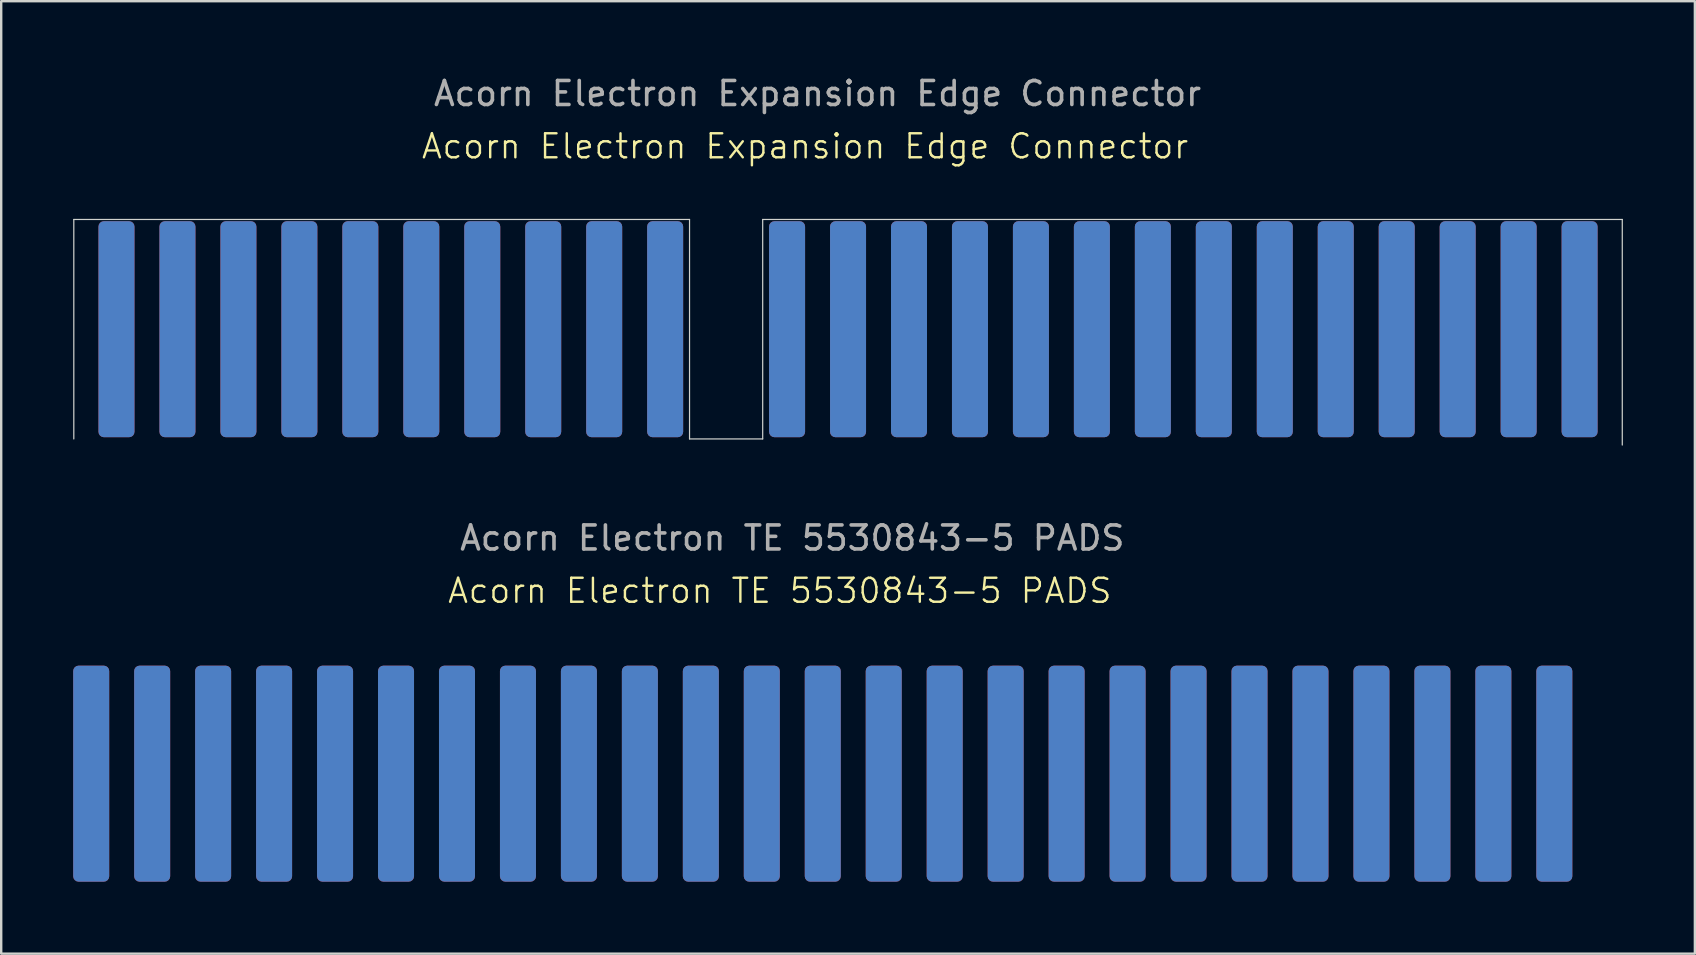
<source format=kicad_pcb>
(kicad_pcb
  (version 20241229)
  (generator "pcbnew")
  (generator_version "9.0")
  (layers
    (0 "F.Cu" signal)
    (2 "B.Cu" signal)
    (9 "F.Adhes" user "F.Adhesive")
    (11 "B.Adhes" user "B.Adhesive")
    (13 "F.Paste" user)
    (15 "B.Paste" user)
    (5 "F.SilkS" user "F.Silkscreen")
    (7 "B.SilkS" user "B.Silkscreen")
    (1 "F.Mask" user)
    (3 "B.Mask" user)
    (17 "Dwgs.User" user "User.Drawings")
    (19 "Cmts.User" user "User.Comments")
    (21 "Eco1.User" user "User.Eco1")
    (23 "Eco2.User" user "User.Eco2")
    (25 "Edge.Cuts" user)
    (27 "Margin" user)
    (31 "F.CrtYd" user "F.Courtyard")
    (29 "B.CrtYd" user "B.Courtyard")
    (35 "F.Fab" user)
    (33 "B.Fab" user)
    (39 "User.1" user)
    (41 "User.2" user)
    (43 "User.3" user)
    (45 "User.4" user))
  (footprint "Acorn Electron Expansion Edge Connector"
    (layer "F.Cu")
    (at 31.013 6.348)
    (property "Reference" "Acorn Electron Expansion Edge Connector" (at -0.52 -3.302 0) (unlocked yes) (layer "F.SilkS") (effects (font (size 1 1) (thickness 0.1))))
    (attr smd)
    (fp_line (start -30.988 -0.254) (end -5.334 -0.254) (stroke (width 0.05) (type default)) (layer "Edge.Cuts"))
    (fp_line (start -30.988 8.89) (end -30.988 -0.254) (stroke (width 0.05) (type default)) (layer "Edge.Cuts"))
    (fp_line (start -5.334 -0.254) (end -5.334 8.89) (stroke (width 0.05) (type default)) (layer "Edge.Cuts"))
    (fp_line (start -5.334 8.89) (end -2.286 8.89) (stroke (width 0.05) (type default)) (layer "Edge.Cuts"))
    (fp_line (start -2.286 -0.254) (end 33.528 -0.254) (stroke (width 0.05) (type default)) (layer "Edge.Cuts"))
    (fp_line (start -2.286 8.89) (end -2.286 -0.254) (stroke (width 0.05) (type default)) (layer "Edge.Cuts"))
    (fp_line (start 33.528 -0.254) (end 33.528 9.144) (stroke (width 0.05) (type default)) (layer "Edge.Cuts"))
    (fp_text user "${REFERENCE}" (at 0 -5.5 0) (unlocked yes) (layer "F.Fab") (effects (font (size 1 1) (thickness 0.15))))
    (pad "1" connect roundrect (at 31.75 4.318 270) (size 9 1.5) (layers "F.Cu" "F.Mask") (roundrect_rratio 0.15))
    (pad "2" connect roundrect (at 31.75 4.318 90) (size 9 1.5) (layers "B.Cu" "B.Mask") (roundrect_rratio 0.15))
    (pad "3" connect roundrect (at 29.21 4.318 270) (size 9 1.5) (layers "F.Cu" "F.Mask") (roundrect_rratio 0.15))
    (pad "4" connect roundrect (at 29.21 4.318 90) (size 9 1.5) (layers "B.Cu" "B.Mask") (roundrect_rratio 0.15))
    (pad "5" connect roundrect (at 26.67 4.318 270) (size 9 1.5) (layers "F.Cu" "F.Mask") (roundrect_rratio 0.15))
    (pad "6" connect roundrect (at 26.67 4.318 90) (size 9 1.5) (layers "B.Cu" "B.Mask") (roundrect_rratio 0.15))
    (pad "7" connect roundrect (at 24.13 4.318 270) (size 9 1.5) (layers "F.Cu" "F.Mask") (roundrect_rratio 0.15))
    (pad "8" connect roundrect (at 24.13 4.318 90) (size 9 1.5) (layers "B.Cu" "B.Mask") (roundrect_rratio 0.15))
    (pad "9" connect roundrect (at 21.59 4.318 270) (size 9 1.5) (layers "F.Cu" "F.Mask") (roundrect_rratio 0.15))
    (pad "10" connect roundrect (at 21.59 4.318 90) (size 9 1.5) (layers "B.Cu" "B.Mask") (roundrect_rratio 0.15))
    (pad "11" connect roundrect (at 19.05 4.318 270) (size 9 1.5) (layers "F.Cu" "F.Mask") (roundrect_rratio 0.15))
    (pad "12" connect roundrect (at 19.05 4.318 90) (size 9 1.5) (layers "B.Cu" "B.Mask") (roundrect_rratio 0.15))
    (pad "13" connect roundrect (at 16.51 4.318 270) (size 9 1.5) (layers "F.Cu" "F.Mask") (roundrect_rratio 0.15))
    (pad "14" connect roundrect (at 16.51 4.318 90) (size 9 1.5) (layers "B.Cu" "B.Mask") (roundrect_rratio 0.15))
    (pad "15" connect roundrect (at 13.97 4.318 270) (size 9 1.5) (layers "F.Cu" "F.Mask") (roundrect_rratio 0.15))
    (pad "16" connect roundrect (at 13.97 4.318 90) (size 9 1.5) (layers "B.Cu" "B.Mask") (roundrect_rratio 0.15))
    (pad "17" connect roundrect (at 11.43 4.318 270) (size 9 1.5) (layers "F.Cu" "F.Mask") (roundrect_rratio 0.15))
    (pad "18" connect roundrect (at 11.43 4.318 90) (size 9 1.5) (layers "B.Cu" "B.Mask") (roundrect_rratio 0.15))
    (pad "19" connect roundrect (at 8.89 4.318 270) (size 9 1.5) (layers "F.Cu" "F.Mask") (roundrect_rratio 0.15))
    (pad "20" connect roundrect (at 8.89 4.318 90) (size 9 1.5) (layers "B.Cu" "B.Mask") (roundrect_rratio 0.15))
    (pad "21" connect roundrect (at 6.35 4.318 270) (size 9 1.5) (layers "F.Cu" "F.Mask") (roundrect_rratio 0.15))
    (pad "22" connect roundrect (at 6.35 4.318 90) (size 9 1.5) (layers "B.Cu" "B.Mask") (roundrect_rratio 0.15))
    (pad "23" connect roundrect (at 3.81 4.318 270) (size 9 1.5) (layers "F.Cu" "F.Mask") (roundrect_rratio 0.15))
    (pad "24" connect roundrect (at 3.81 4.318 90) (size 9 1.5) (layers "B.Cu" "B.Mask") (roundrect_rratio 0.15))
    (pad "25" connect roundrect (at 1.27 4.318 270) (size 9 1.5) (layers "F.Cu" "F.Mask") (roundrect_rratio 0.15))
    (pad "26" connect roundrect (at 1.27 4.318 90) (size 9 1.5) (layers "B.Cu" "B.Mask") (roundrect_rratio 0.15))
    (pad "27" connect roundrect (at -1.27 4.318 270) (size 9 1.5) (layers "F.Cu" "F.Mask") (roundrect_rratio 0.15))
    (pad "28" connect roundrect (at -1.27 4.318 90) (size 9 1.5) (layers "B.Cu" "B.Mask") (roundrect_rratio 0.15))
    (pad "31" connect roundrect (at -6.35 4.318 270) (size 9 1.5) (layers "F.Cu" "F.Mask") (roundrect_rratio 0.15))
    (pad "32" connect roundrect (at -6.35 4.318 90) (size 9 1.5) (layers "B.Cu" "B.Mask") (roundrect_rratio 0.15))
    (pad "33" connect roundrect (at -8.89 4.318 270) (size 9 1.5) (layers "F.Cu" "F.Mask") (roundrect_rratio 0.15))
    (pad "34" connect roundrect (at -8.89 4.318 90) (size 9 1.5) (layers "B.Cu" "B.Mask") (roundrect_rratio 0.15))
    (pad "35" connect roundrect (at -11.43 4.318 270) (size 9 1.5) (layers "F.Cu" "F.Mask") (roundrect_rratio 0.15))
    (pad "36" connect roundrect (at -11.43 4.318 90) (size 9 1.5) (layers "B.Cu" "B.Mask") (roundrect_rratio 0.15))
    (pad "37" connect roundrect (at -13.97 4.318 270) (size 9 1.5) (layers "F.Cu" "F.Mask") (roundrect_rratio 0.15))
    (pad "38" connect roundrect (at -13.97 4.318 90) (size 9 1.5) (layers "B.Cu" "B.Mask") (roundrect_rratio 0.15))
    (pad "39" connect roundrect (at -16.51 4.318 270) (size 9 1.5) (layers "F.Cu" "F.Mask") (roundrect_rratio 0.15))
    (pad "40" connect roundrect (at -16.51 4.318 90) (size 9 1.5) (layers "B.Cu" "B.Mask") (roundrect_rratio 0.15))
    (pad "41" connect roundrect (at -19.05 4.318 270) (size 9 1.5) (layers "F.Cu" "F.Mask") (roundrect_rratio 0.15))
    (pad "42" connect roundrect (at -19.05 4.318 90) (size 9 1.5) (layers "B.Cu" "B.Mask") (roundrect_rratio 0.15))
    (pad "43" connect roundrect (at -21.59 4.318 270) (size 9 1.5) (layers "F.Cu" "F.Mask") (roundrect_rratio 0.15))
    (pad "44" connect roundrect (at -21.59 4.318 90) (size 9 1.5) (layers "B.Cu" "B.Mask") (roundrect_rratio 0.15))
    (pad "45" connect roundrect (at -24.13 4.318 270) (size 9 1.5) (layers "F.Cu" "F.Mask") (roundrect_rratio 0.15))
    (pad "46" connect roundrect (at -24.13 4.318 90) (size 9 1.5) (layers "B.Cu" "B.Mask") (roundrect_rratio 0.15))
    (pad "47" connect roundrect (at -26.67 4.318 270) (size 9 1.5) (layers "F.Cu" "F.Mask") (roundrect_rratio 0.15))
    (pad "48" connect roundrect (at -26.67 4.318 90) (size 9 1.5) (layers "B.Cu" "B.Mask") (roundrect_rratio 0.15))
    (pad "49" connect roundrect (at -29.21 4.318 270) (size 9 1.5) (layers "F.Cu" "F.Mask") (roundrect_rratio 0.15))
    (pad "50" connect roundrect (at -29.21 4.318 90) (size 9 1.5) (layers "B.Cu" "B.Mask") (roundrect_rratio 0.15)))
  (footprint "Acorn Electron TE 5530843-5 PADS"
    (layer "F.Cu")
    (at 29.96 24.866)
    (property "Reference" "Acorn Electron TE 5530843-5 PADS" (at -0.52 -3.302 0) (unlocked yes) (layer "F.SilkS") (effects (font (size 1 1) (thickness 0.1))))
    (attr smd)
    (fp_text user "${REFERENCE}" (at 0 -5.5 0) (unlocked yes) (layer "F.Fab") (effects (font (size 1 1) (thickness 0.15))))
    (pad "1" connect roundrect (at 31.75 4.318 270) (size 9 1.5) (layers "F.Cu" "F.Mask") (roundrect_rratio 0.15))
    (pad "2" connect roundrect (at 31.75 4.318 90) (size 9 1.5) (layers "B.Cu" "B.Mask") (roundrect_rratio 0.15))
    (pad "3" connect roundrect (at 29.21 4.318 270) (size 9 1.5) (layers "F.Cu" "F.Mask") (roundrect_rratio 0.15))
    (pad "4" connect roundrect (at 29.21 4.318 90) (size 9 1.5) (layers "B.Cu" "B.Mask") (roundrect_rratio 0.15))
    (pad "5" connect roundrect (at 26.67 4.318 270) (size 9 1.5) (layers "F.Cu" "F.Mask") (roundrect_rratio 0.15))
    (pad "6" connect roundrect (at 26.67 4.318 90) (size 9 1.5) (layers "B.Cu" "B.Mask") (roundrect_rratio 0.15))
    (pad "7" connect roundrect (at 24.13 4.318 270) (size 9 1.5) (layers "F.Cu" "F.Mask") (roundrect_rratio 0.15))
    (pad "8" connect roundrect (at 24.13 4.318 90) (size 9 1.5) (layers "B.Cu" "B.Mask") (roundrect_rratio 0.15))
    (pad "9" connect roundrect (at 21.59 4.318 270) (size 9 1.5) (layers "F.Cu" "F.Mask") (roundrect_rratio 0.15))
    (pad "10" connect roundrect (at 21.59 4.318 90) (size 9 1.5) (layers "B.Cu" "B.Mask") (roundrect_rratio 0.15))
    (pad "11" connect roundrect (at 19.05 4.318 270) (size 9 1.5) (layers "F.Cu" "F.Mask") (roundrect_rratio 0.15))
    (pad "12" connect roundrect (at 19.05 4.318 90) (size 9 1.5) (layers "B.Cu" "B.Mask") (roundrect_rratio 0.15))
    (pad "13" connect roundrect (at 16.51 4.318 270) (size 9 1.5) (layers "F.Cu" "F.Mask") (roundrect_rratio 0.15))
    (pad "14" connect roundrect (at 16.51 4.318 90) (size 9 1.5) (layers "B.Cu" "B.Mask") (roundrect_rratio 0.15))
    (pad "15" connect roundrect (at 13.97 4.318 270) (size 9 1.5) (layers "F.Cu" "F.Mask") (roundrect_rratio 0.15))
    (pad "16" connect roundrect (at 13.97 4.318 90) (size 9 1.5) (layers "B.Cu" "B.Mask") (roundrect_rratio 0.15))
    (pad "17" connect roundrect (at 11.43 4.318 270) (size 9 1.5) (layers "F.Cu" "F.Mask") (roundrect_rratio 0.15))
    (pad "18" connect roundrect (at 11.43 4.318 90) (size 9 1.5) (layers "B.Cu" "B.Mask") (roundrect_rratio 0.15))
    (pad "19" connect roundrect (at 8.89 4.318 270) (size 9 1.5) (layers "F.Cu" "F.Mask") (roundrect_rratio 0.15))
    (pad "20" connect roundrect (at 8.89 4.318 90) (size 9 1.5) (layers "B.Cu" "B.Mask") (roundrect_rratio 0.15))
    (pad "21" connect roundrect (at 6.35 4.318 270) (size 9 1.5) (layers "F.Cu" "F.Mask") (roundrect_rratio 0.15))
    (pad "22" connect roundrect (at 6.35 4.318 90) (size 9 1.5) (layers "B.Cu" "B.Mask") (roundrect_rratio 0.15))
    (pad "23" connect roundrect (at 3.81 4.318 270) (size 9 1.5) (layers "F.Cu" "F.Mask") (roundrect_rratio 0.15))
    (pad "24" connect roundrect (at 3.81 4.318 90) (size 9 1.5) (layers "B.Cu" "B.Mask") (roundrect_rratio 0.15))
    (pad "25" connect roundrect (at 1.27 4.318 270) (size 9 1.5) (layers "F.Cu" "F.Mask") (roundrect_rratio 0.15))
    (pad "26" connect roundrect (at 1.27 4.318 90) (size 9 1.5) (layers "B.Cu" "B.Mask") (roundrect_rratio 0.15))
    (pad "27" connect roundrect (at -1.27 4.318 270) (size 9 1.5) (layers "F.Cu" "F.Mask") (roundrect_rratio 0.15))
    (pad "28" connect roundrect (at -1.27 4.318 90) (size 9 1.5) (layers "B.Cu" "B.Mask") (roundrect_rratio 0.15))
    (pad "29" connect roundrect (at -3.81 4.318 270) (size 9 1.5) (layers "F.Cu" "F.Mask") (roundrect_rratio 0.15))
    (pad "30" connect roundrect (at -3.81 4.318 90) (size 9 1.5) (layers "B.Cu" "B.Mask") (roundrect_rratio 0.15))
    (pad "31" connect roundrect (at -6.35 4.318 270) (size 9 1.5) (layers "F.Cu" "F.Mask") (roundrect_rratio 0.15))
    (pad "32" connect roundrect (at -6.35 4.318 90) (size 9 1.5) (layers "B.Cu" "B.Mask") (roundrect_rratio 0.15))
    (pad "33" connect roundrect (at -8.89 4.318 270) (size 9 1.5) (layers "F.Cu" "F.Mask") (roundrect_rratio 0.15))
    (pad "34" connect roundrect (at -8.89 4.318 90) (size 9 1.5) (layers "B.Cu" "B.Mask") (roundrect_rratio 0.15))
    (pad "35" connect roundrect (at -11.43 4.318 270) (size 9 1.5) (layers "F.Cu" "F.Mask") (roundrect_rratio 0.15))
    (pad "36" connect roundrect (at -11.43 4.318 90) (size 9 1.5) (layers "B.Cu" "B.Mask") (roundrect_rratio 0.15))
    (pad "37" connect roundrect (at -13.97 4.318 270) (size 9 1.5) (layers "F.Cu" "F.Mask") (roundrect_rratio 0.15))
    (pad "38" connect roundrect (at -13.97 4.318 90) (size 9 1.5) (layers "B.Cu" "B.Mask") (roundrect_rratio 0.15))
    (pad "39" connect roundrect (at -16.51 4.318 270) (size 9 1.5) (layers "F.Cu" "F.Mask") (roundrect_rratio 0.15))
    (pad "40" connect roundrect (at -16.51 4.318 90) (size 9 1.5) (layers "B.Cu" "B.Mask") (roundrect_rratio 0.15))
    (pad "41" connect roundrect (at -19.05 4.318 270) (size 9 1.5) (layers "F.Cu" "F.Mask") (roundrect_rratio 0.15))
    (pad "42" connect roundrect (at -19.05 4.318 90) (size 9 1.5) (layers "B.Cu" "B.Mask") (roundrect_rratio 0.15))
    (pad "43" connect roundrect (at -21.59 4.318 270) (size 9 1.5) (layers "F.Cu" "F.Mask") (roundrect_rratio 0.15))
    (pad "44" connect roundrect (at -21.59 4.318 90) (size 9 1.5) (layers "B.Cu" "B.Mask") (roundrect_rratio 0.15))
    (pad "45" connect roundrect (at -24.13 4.318 270) (size 9 1.5) (layers "F.Cu" "F.Mask") (roundrect_rratio 0.15))
    (pad "46" connect roundrect (at -24.13 4.318 90) (size 9 1.5) (layers "B.Cu" "B.Mask") (roundrect_rratio 0.15))
    (pad "47" connect roundrect (at -26.67 4.318 270) (size 9 1.5) (layers "F.Cu" "F.Mask") (roundrect_rratio 0.15))
    (pad "48" connect roundrect (at -26.67 4.318 90) (size 9 1.5) (layers "B.Cu" "B.Mask") (roundrect_rratio 0.15))
    (pad "49" connect roundrect (at -29.21 4.318 270) (size 9 1.5) (layers "F.Cu" "F.Mask") (roundrect_rratio 0.15))
    (pad "50" connect roundrect (at -29.21 4.318 90) (size 9 1.5) (layers "B.Cu" "B.Mask") (roundrect_rratio 0.15)))
  (gr_rect
    (start -3 -3)
    (end 67.566 36.684)
    (stroke (width 0.1) (type default))
    (fill no)
    (layer "Edge.Cuts")))
</source>
